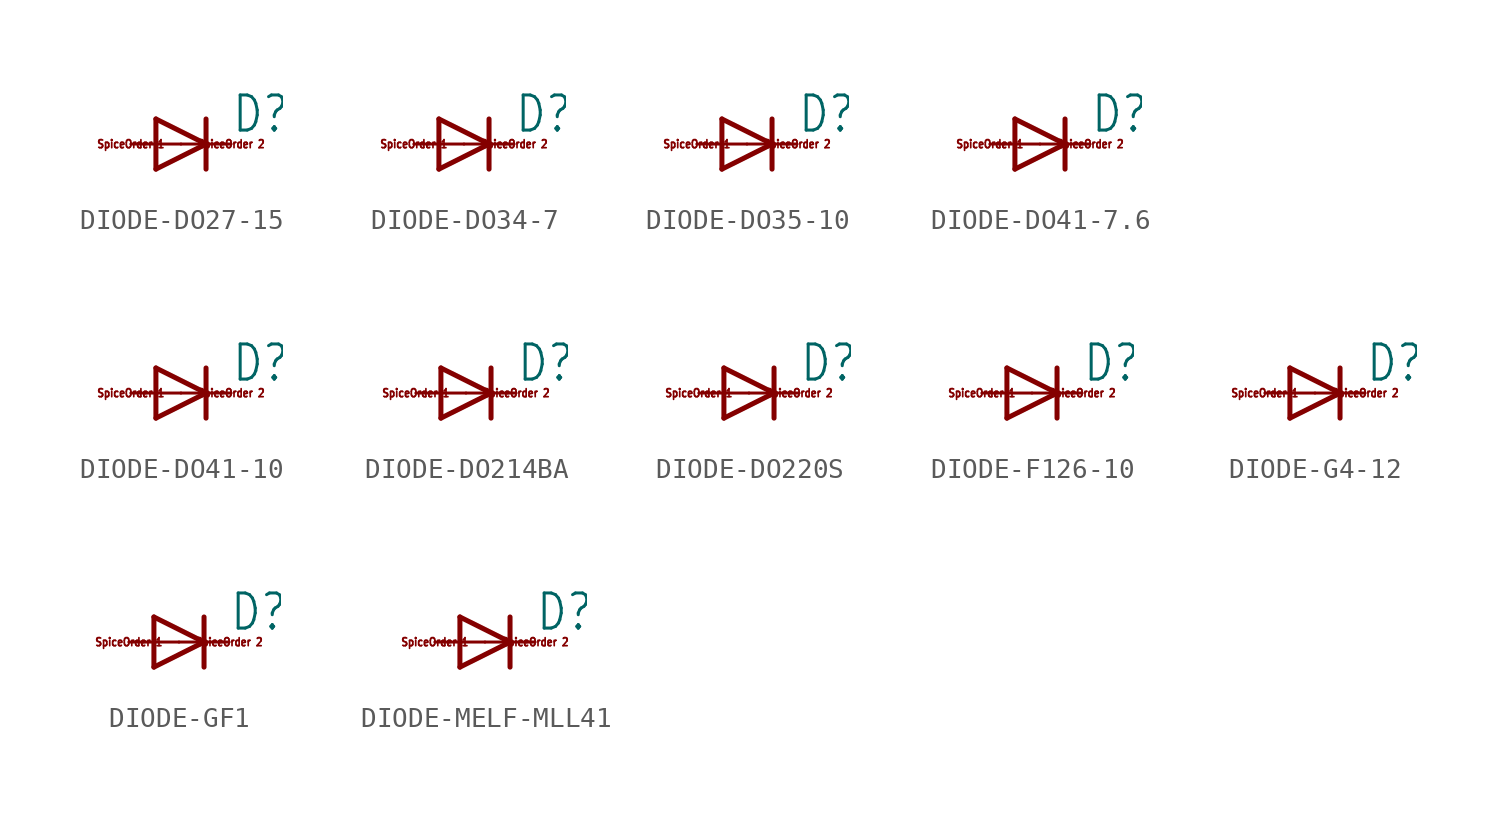
<source format=kicad_sym>
(kicad_symbol_lib
  (version 20241209)
  (generator "kicad_symbol_editor")
  (generator_version "9.0")
  (symbol "DIODE-DO27-15"
    (property "Reference" "D"
      (at 2.54 0.483 0)
      (effects (font (size 1.778 1.511)) (justify left bottom)))
    (property "Value" ""
      (at 2.54 -2.311 0)
      (effects (font (size 1.778 1.511)) (justify left bottom)))
    (property "ki_locked" ""
      (at 0 0 0)
      (effects (font (size 1.27 1.27))))
    (symbol "DIODE-DO27-15_1_0"
      (polyline (pts (xy -1.27 1.27) (xy -1.27 -1.27)) (stroke (width 0.254) (type solid)) (fill (type none)))
      (polyline (pts (xy -1.27 -1.27) (xy 1.27 0)) (stroke (width 0.254) (type solid)) (fill (type none)))
      (polyline (pts (xy 1.27 1.27) (xy 1.27 0)) (stroke (width 0.254) (type solid)) (fill (type none)))
      (polyline (pts (xy 1.27 0) (xy -1.27 1.27)) (stroke (width 0.254) (type solid)) (fill (type none)))
      (polyline (pts (xy 1.27 0) (xy 1.27 -1.27)) (stroke (width 0.254) (type solid)) (fill (type none)))
      (text "SpiceOrder 1" (at -2.54 0 0) (effects (font (size 0.406 0.345))))
      (text "SpiceOrder 2" (at 2.54 0 0) (effects (font (size 0.406 0.345))))
      (pin passive line (at -2.54 0 0) (length 2.54) (name "A" (effects (font (size 0 0)))) (number "A" (effects (font (size 0 0)))))
      (pin passive line (at 2.54 0 180) (length 2.54) (name "C" (effects (font (size 0 0)))) (number "C" (effects (font (size 0 0)))))))
  (symbol "DIODE-DO34-7"
    (property "Reference" "D"
      (at 2.54 0.483 0)
      (effects (font (size 1.778 1.511)) (justify left bottom)))
    (property "Value" ""
      (at 2.54 -2.311 0)
      (effects (font (size 1.778 1.511)) (justify left bottom)))
    (property "ki_locked" ""
      (at 0 0 0)
      (effects (font (size 1.27 1.27))))
    (symbol "DIODE-DO34-7_1_0"
      (polyline (pts (xy -1.27 1.27) (xy -1.27 -1.27)) (stroke (width 0.254) (type solid)) (fill (type none)))
      (polyline (pts (xy -1.27 -1.27) (xy 1.27 0)) (stroke (width 0.254) (type solid)) (fill (type none)))
      (polyline (pts (xy 1.27 1.27) (xy 1.27 0)) (stroke (width 0.254) (type solid)) (fill (type none)))
      (polyline (pts (xy 1.27 0) (xy -1.27 1.27)) (stroke (width 0.254) (type solid)) (fill (type none)))
      (polyline (pts (xy 1.27 0) (xy 1.27 -1.27)) (stroke (width 0.254) (type solid)) (fill (type none)))
      (text "SpiceOrder 1" (at -2.54 0 0) (effects (font (size 0.406 0.345))))
      (text "SpiceOrder 2" (at 2.54 0 0) (effects (font (size 0.406 0.345))))
      (pin passive line (at -2.54 0 0) (length 2.54) (name "A" (effects (font (size 0 0)))) (number "A" (effects (font (size 0 0)))))
      (pin passive line (at 2.54 0 180) (length 2.54) (name "C" (effects (font (size 0 0)))) (number "C" (effects (font (size 0 0)))))))
  (symbol "DIODE-DO35-10"
    (property "Reference" "D"
      (at 2.54 0.483 0)
      (effects (font (size 1.778 1.511)) (justify left bottom)))
    (property "Value" ""
      (at 2.54 -2.311 0)
      (effects (font (size 1.778 1.511)) (justify left bottom)))
    (property "ki_locked" ""
      (at 0 0 0)
      (effects (font (size 1.27 1.27))))
    (symbol "DIODE-DO35-10_1_0"
      (polyline (pts (xy -1.27 1.27) (xy -1.27 -1.27)) (stroke (width 0.254) (type solid)) (fill (type none)))
      (polyline (pts (xy -1.27 -1.27) (xy 1.27 0)) (stroke (width 0.254) (type solid)) (fill (type none)))
      (polyline (pts (xy 1.27 1.27) (xy 1.27 0)) (stroke (width 0.254) (type solid)) (fill (type none)))
      (polyline (pts (xy 1.27 0) (xy -1.27 1.27)) (stroke (width 0.254) (type solid)) (fill (type none)))
      (polyline (pts (xy 1.27 0) (xy 1.27 -1.27)) (stroke (width 0.254) (type solid)) (fill (type none)))
      (text "SpiceOrder 1" (at -2.54 0 0) (effects (font (size 0.406 0.345))))
      (text "SpiceOrder 2" (at 2.54 0 0) (effects (font (size 0.406 0.345))))
      (pin passive line (at -2.54 0 0) (length 2.54) (name "A" (effects (font (size 0 0)))) (number "A" (effects (font (size 0 0)))))
      (pin passive line (at 2.54 0 180) (length 2.54) (name "C" (effects (font (size 0 0)))) (number "C" (effects (font (size 0 0)))))))
  (symbol "DIODE-DO41-7.6"
    (property "Reference" "D"
      (at 2.54 0.483 0)
      (effects (font (size 1.778 1.511)) (justify left bottom)))
    (property "Value" ""
      (at 2.54 -2.311 0)
      (effects (font (size 1.778 1.511)) (justify left bottom)))
    (property "ki_locked" ""
      (at 0 0 0)
      (effects (font (size 1.27 1.27))))
    (symbol "DIODE-DO41-7.6_1_0"
      (polyline (pts (xy -1.27 1.27) (xy -1.27 -1.27)) (stroke (width 0.254) (type solid)) (fill (type none)))
      (polyline (pts (xy -1.27 -1.27) (xy 1.27 0)) (stroke (width 0.254) (type solid)) (fill (type none)))
      (polyline (pts (xy 1.27 1.27) (xy 1.27 0)) (stroke (width 0.254) (type solid)) (fill (type none)))
      (polyline (pts (xy 1.27 0) (xy -1.27 1.27)) (stroke (width 0.254) (type solid)) (fill (type none)))
      (polyline (pts (xy 1.27 0) (xy 1.27 -1.27)) (stroke (width 0.254) (type solid)) (fill (type none)))
      (text "SpiceOrder 1" (at -2.54 0 0) (effects (font (size 0.406 0.345))))
      (text "SpiceOrder 2" (at 2.54 0 0) (effects (font (size 0.406 0.345))))
      (pin passive line (at -2.54 0 0) (length 2.54) (name "A" (effects (font (size 0 0)))) (number "A" (effects (font (size 0 0)))))
      (pin passive line (at 2.54 0 180) (length 2.54) (name "C" (effects (font (size 0 0)))) (number "C" (effects (font (size 0 0)))))))
  (symbol "DIODE-DO41-10"
    (property "Reference" "D"
      (at 2.54 0.483 0)
      (effects (font (size 1.778 1.511)) (justify left bottom)))
    (property "Value" ""
      (at 2.54 -2.311 0)
      (effects (font (size 1.778 1.511)) (justify left bottom)))
    (property "ki_locked" ""
      (at 0 0 0)
      (effects (font (size 1.27 1.27))))
    (symbol "DIODE-DO41-10_1_0"
      (polyline (pts (xy -1.27 1.27) (xy -1.27 -1.27)) (stroke (width 0.254) (type solid)) (fill (type none)))
      (polyline (pts (xy -1.27 -1.27) (xy 1.27 0)) (stroke (width 0.254) (type solid)) (fill (type none)))
      (polyline (pts (xy 1.27 1.27) (xy 1.27 0)) (stroke (width 0.254) (type solid)) (fill (type none)))
      (polyline (pts (xy 1.27 0) (xy -1.27 1.27)) (stroke (width 0.254) (type solid)) (fill (type none)))
      (polyline (pts (xy 1.27 0) (xy 1.27 -1.27)) (stroke (width 0.254) (type solid)) (fill (type none)))
      (text "SpiceOrder 1" (at -2.54 0 0) (effects (font (size 0.406 0.345))))
      (text "SpiceOrder 2" (at 2.54 0 0) (effects (font (size 0.406 0.345))))
      (pin passive line (at -2.54 0 0) (length 2.54) (name "A" (effects (font (size 0 0)))) (number "A" (effects (font (size 0 0)))))
      (pin passive line (at 2.54 0 180) (length 2.54) (name "C" (effects (font (size 0 0)))) (number "C" (effects (font (size 0 0)))))))
  (symbol "DIODE-DO214BA"
    (property "Reference" "D"
      (at 2.54 0.483 0)
      (effects (font (size 1.778 1.511)) (justify left bottom)))
    (property "Value" ""
      (at 2.54 -2.311 0)
      (effects (font (size 1.778 1.511)) (justify left bottom)))
    (property "ki_locked" ""
      (at 0 0 0)
      (effects (font (size 1.27 1.27))))
    (symbol "DIODE-DO214BA_1_0"
      (polyline (pts (xy -1.27 1.27) (xy -1.27 -1.27)) (stroke (width 0.254) (type solid)) (fill (type none)))
      (polyline (pts (xy -1.27 -1.27) (xy 1.27 0)) (stroke (width 0.254) (type solid)) (fill (type none)))
      (polyline (pts (xy 1.27 1.27) (xy 1.27 0)) (stroke (width 0.254) (type solid)) (fill (type none)))
      (polyline (pts (xy 1.27 0) (xy -1.27 1.27)) (stroke (width 0.254) (type solid)) (fill (type none)))
      (polyline (pts (xy 1.27 0) (xy 1.27 -1.27)) (stroke (width 0.254) (type solid)) (fill (type none)))
      (text "SpiceOrder 1" (at -2.54 0 0) (effects (font (size 0.406 0.345))))
      (text "SpiceOrder 2" (at 2.54 0 0) (effects (font (size 0.406 0.345))))
      (pin passive line (at -2.54 0 0) (length 2.54) (name "A" (effects (font (size 0 0)))) (number "A" (effects (font (size 0 0)))))
      (pin passive line (at 2.54 0 180) (length 2.54) (name "C" (effects (font (size 0 0)))) (number "C" (effects (font (size 0 0)))))))
  (symbol "DIODE-DO220S"
    (property "Reference" "D"
      (at 2.54 0.483 0)
      (effects (font (size 1.778 1.511)) (justify left bottom)))
    (property "Value" ""
      (at 2.54 -2.311 0)
      (effects (font (size 1.778 1.511)) (justify left bottom)))
    (property "ki_locked" ""
      (at 0 0 0)
      (effects (font (size 1.27 1.27))))
    (symbol "DIODE-DO220S_1_0"
      (polyline (pts (xy -1.27 1.27) (xy -1.27 -1.27)) (stroke (width 0.254) (type solid)) (fill (type none)))
      (polyline (pts (xy -1.27 -1.27) (xy 1.27 0)) (stroke (width 0.254) (type solid)) (fill (type none)))
      (polyline (pts (xy 1.27 1.27) (xy 1.27 0)) (stroke (width 0.254) (type solid)) (fill (type none)))
      (polyline (pts (xy 1.27 0) (xy -1.27 1.27)) (stroke (width 0.254) (type solid)) (fill (type none)))
      (polyline (pts (xy 1.27 0) (xy 1.27 -1.27)) (stroke (width 0.254) (type solid)) (fill (type none)))
      (text "SpiceOrder 1" (at -2.54 0 0) (effects (font (size 0.406 0.345))))
      (text "SpiceOrder 2" (at 2.54 0 0) (effects (font (size 0.406 0.345))))
      (pin passive line (at -2.54 0 0) (length 2.54) (name "A" (effects (font (size 0 0)))) (number "A" (effects (font (size 0 0)))))
      (pin passive line (at 2.54 0 180) (length 2.54) (name "C" (effects (font (size 0 0)))) (number "C" (effects (font (size 0 0)))))))
  (symbol "DIODE-F126-10"
    (property "Reference" "D"
      (at 2.54 0.483 0)
      (effects (font (size 1.778 1.511)) (justify left bottom)))
    (property "Value" ""
      (at 2.54 -2.311 0)
      (effects (font (size 1.778 1.511)) (justify left bottom)))
    (property "ki_locked" ""
      (at 0 0 0)
      (effects (font (size 1.27 1.27))))
    (symbol "DIODE-F126-10_1_0"
      (polyline (pts (xy -1.27 1.27) (xy -1.27 -1.27)) (stroke (width 0.254) (type solid)) (fill (type none)))
      (polyline (pts (xy -1.27 -1.27) (xy 1.27 0)) (stroke (width 0.254) (type solid)) (fill (type none)))
      (polyline (pts (xy 1.27 1.27) (xy 1.27 0)) (stroke (width 0.254) (type solid)) (fill (type none)))
      (polyline (pts (xy 1.27 0) (xy -1.27 1.27)) (stroke (width 0.254) (type solid)) (fill (type none)))
      (polyline (pts (xy 1.27 0) (xy 1.27 -1.27)) (stroke (width 0.254) (type solid)) (fill (type none)))
      (text "SpiceOrder 1" (at -2.54 0 0) (effects (font (size 0.406 0.345))))
      (text "SpiceOrder 2" (at 2.54 0 0) (effects (font (size 0.406 0.345))))
      (pin passive line (at -2.54 0 0) (length 2.54) (name "A" (effects (font (size 0 0)))) (number "A" (effects (font (size 0 0)))))
      (pin passive line (at 2.54 0 180) (length 2.54) (name "C" (effects (font (size 0 0)))) (number "C" (effects (font (size 0 0)))))))
  (symbol "DIODE-G4-12"
    (property "Reference" "D"
      (at 2.54 0.483 0)
      (effects (font (size 1.778 1.511)) (justify left bottom)))
    (property "Value" ""
      (at 2.54 -2.311 0)
      (effects (font (size 1.778 1.511)) (justify left bottom)))
    (property "ki_locked" ""
      (at 0 0 0)
      (effects (font (size 1.27 1.27))))
    (symbol "DIODE-G4-12_1_0"
      (polyline (pts (xy -1.27 1.27) (xy -1.27 -1.27)) (stroke (width 0.254) (type solid)) (fill (type none)))
      (polyline (pts (xy -1.27 -1.27) (xy 1.27 0)) (stroke (width 0.254) (type solid)) (fill (type none)))
      (polyline (pts (xy 1.27 1.27) (xy 1.27 0)) (stroke (width 0.254) (type solid)) (fill (type none)))
      (polyline (pts (xy 1.27 0) (xy -1.27 1.27)) (stroke (width 0.254) (type solid)) (fill (type none)))
      (polyline (pts (xy 1.27 0) (xy 1.27 -1.27)) (stroke (width 0.254) (type solid)) (fill (type none)))
      (text "SpiceOrder 1" (at -2.54 0 0) (effects (font (size 0.406 0.345))))
      (text "SpiceOrder 2" (at 2.54 0 0) (effects (font (size 0.406 0.345))))
      (pin passive line (at -2.54 0 0) (length 2.54) (name "A" (effects (font (size 0 0)))) (number "A" (effects (font (size 0 0)))))
      (pin passive line (at 2.54 0 180) (length 2.54) (name "C" (effects (font (size 0 0)))) (number "C" (effects (font (size 0 0)))))))
  (symbol "DIODE-GF1"
    (property "Reference" "D"
      (at 2.54 0.483 0)
      (effects (font (size 1.778 1.511)) (justify left bottom)))
    (property "Value" ""
      (at 2.54 -2.311 0)
      (effects (font (size 1.778 1.511)) (justify left bottom)))
    (property "ki_locked" ""
      (at 0 0 0)
      (effects (font (size 1.27 1.27))))
    (symbol "DIODE-GF1_1_0"
      (polyline (pts (xy -1.27 1.27) (xy -1.27 -1.27)) (stroke (width 0.254) (type solid)) (fill (type none)))
      (polyline (pts (xy -1.27 -1.27) (xy 1.27 0)) (stroke (width 0.254) (type solid)) (fill (type none)))
      (polyline (pts (xy 1.27 1.27) (xy 1.27 0)) (stroke (width 0.254) (type solid)) (fill (type none)))
      (polyline (pts (xy 1.27 0) (xy -1.27 1.27)) (stroke (width 0.254) (type solid)) (fill (type none)))
      (polyline (pts (xy 1.27 0) (xy 1.27 -1.27)) (stroke (width 0.254) (type solid)) (fill (type none)))
      (text "SpiceOrder 1" (at -2.54 0 0) (effects (font (size 0.406 0.345))))
      (text "SpiceOrder 2" (at 2.54 0 0) (effects (font (size 0.406 0.345))))
      (pin passive line (at -2.54 0 0) (length 2.54) (name "A" (effects (font (size 0 0)))) (number "A" (effects (font (size 0 0)))))
      (pin passive line (at 2.54 0 180) (length 2.54) (name "C" (effects (font (size 0 0)))) (number "C" (effects (font (size 0 0)))))))
  (symbol "DIODE-MELF-MLL41"
    (property "Reference" "D"
      (at 2.54 0.483 0)
      (effects (font (size 1.778 1.511)) (justify left bottom)))
    (property "Value" ""
      (at 2.54 -2.311 0)
      (effects (font (size 1.778 1.511)) (justify left bottom)))
    (property "ki_locked" ""
      (at 0 0 0)
      (effects (font (size 1.27 1.27))))
    (symbol "DIODE-MELF-MLL41_1_0"
      (polyline (pts (xy -1.27 1.27) (xy -1.27 -1.27)) (stroke (width 0.254) (type solid)) (fill (type none)))
      (polyline (pts (xy -1.27 -1.27) (xy 1.27 0)) (stroke (width 0.254) (type solid)) (fill (type none)))
      (polyline (pts (xy 1.27 1.27) (xy 1.27 0)) (stroke (width 0.254) (type solid)) (fill (type none)))
      (polyline (pts (xy 1.27 0) (xy -1.27 1.27)) (stroke (width 0.254) (type solid)) (fill (type none)))
      (polyline (pts (xy 1.27 0) (xy 1.27 -1.27)) (stroke (width 0.254) (type solid)) (fill (type none)))
      (text "SpiceOrder 1" (at -2.54 0 0) (effects (font (size 0.406 0.345))))
      (text "SpiceOrder 2" (at 2.54 0 0) (effects (font (size 0.406 0.345))))
      (pin passive line (at -2.54 0 0) (length 2.54) (name "A" (effects (font (size 0 0)))) (number "A" (effects (font (size 0 0)))))
      (pin passive line (at 2.54 0 180) (length 2.54) (name "C" (effects (font (size 0 0)))) (number "C" (effects (font (size 0 0))))))))
</source>
